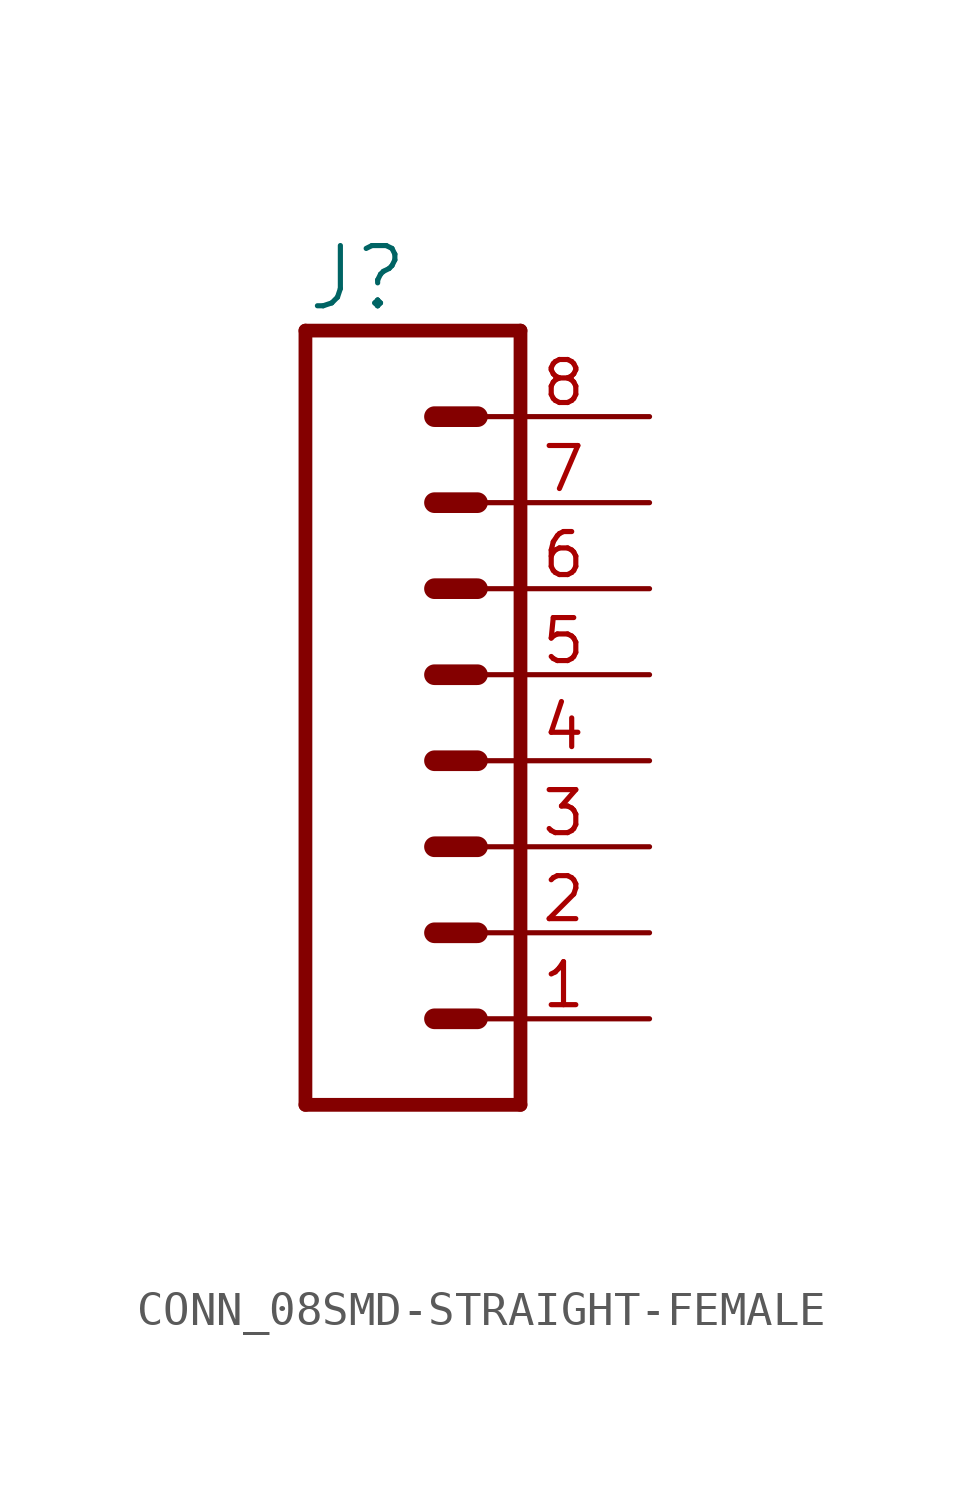
<source format=kicad_sym>
(kicad_symbol_lib
  (version 20220914)
  (generator kicad_symbol_editor)
  (symbol "CONN_08SMD-STRAIGHT-FEMALE"
    (property "Reference" "J"
      (at -5.08 13.208 0)
      (effects (font (size 1.778 1.778)) (justify left bottom)))
    (property "Value" ""
      (at -5.08 -12.446 0)
      (effects (font (size 1.778 1.778)) (justify left bottom)))
    (property "ki_locked" ""
      (at 0 0 0)
      (effects (font (size 1.27 1.27))))
    (symbol "CONN_08SMD-STRAIGHT-FEMALE_1_0"
      (polyline (pts (xy -5.08 12.7) (xy -5.08 -10.16)) (stroke (width 0.406) (type solid)) (fill (type none)))
      (polyline (pts (xy -5.08 12.7) (xy 1.27 12.7)) (stroke (width 0.406) (type solid)) (fill (type none)))
      (polyline (pts (xy -1.27 -7.62) (xy 0 -7.62)) (stroke (width 0.61) (type solid)) (fill (type none)))
      (polyline (pts (xy -1.27 -5.08) (xy 0 -5.08)) (stroke (width 0.61) (type solid)) (fill (type none)))
      (polyline (pts (xy -1.27 -2.54) (xy 0 -2.54)) (stroke (width 0.61) (type solid)) (fill (type none)))
      (polyline (pts (xy -1.27 0) (xy 0 0)) (stroke (width 0.61) (type solid)) (fill (type none)))
      (polyline (pts (xy -1.27 2.54) (xy 0 2.54)) (stroke (width 0.61) (type solid)) (fill (type none)))
      (polyline (pts (xy -1.27 5.08) (xy 0 5.08)) (stroke (width 0.61) (type solid)) (fill (type none)))
      (polyline (pts (xy -1.27 7.62) (xy 0 7.62)) (stroke (width 0.61) (type solid)) (fill (type none)))
      (polyline (pts (xy -1.27 10.16) (xy 0 10.16)) (stroke (width 0.61) (type solid)) (fill (type none)))
      (polyline (pts (xy 1.27 -10.16) (xy -5.08 -10.16)) (stroke (width 0.406) (type solid)) (fill (type none)))
      (polyline (pts (xy 1.27 -10.16) (xy 1.27 12.7)) (stroke (width 0.406) (type solid)) (fill (type none)))
      (pin passive line (at 5.08 -7.62 180) (length 5.08) (name "1" (effects (font (size 0 0)))) (number "1" (effects (font (size 1.27 1.27)))))
      (pin passive line (at 5.08 -5.08 180) (length 5.08) (name "2" (effects (font (size 0 0)))) (number "2" (effects (font (size 1.27 1.27)))))
      (pin passive line (at 5.08 -2.54 180) (length 5.08) (name "3" (effects (font (size 0 0)))) (number "3" (effects (font (size 1.27 1.27)))))
      (pin passive line (at 5.08 0 180) (length 5.08) (name "4" (effects (font (size 0 0)))) (number "4" (effects (font (size 1.27 1.27)))))
      (pin passive line (at 5.08 2.54 180) (length 5.08) (name "5" (effects (font (size 0 0)))) (number "5" (effects (font (size 1.27 1.27)))))
      (pin passive line (at 5.08 5.08 180) (length 5.08) (name "6" (effects (font (size 0 0)))) (number "6" (effects (font (size 1.27 1.27)))))
      (pin passive line (at 5.08 7.62 180) (length 5.08) (name "7" (effects (font (size 0 0)))) (number "7" (effects (font (size 1.27 1.27)))))
      (pin passive line (at 5.08 10.16 180) (length 5.08) (name "8" (effects (font (size 0 0)))) (number "8" (effects (font (size 1.27 1.27))))))))
</source>
